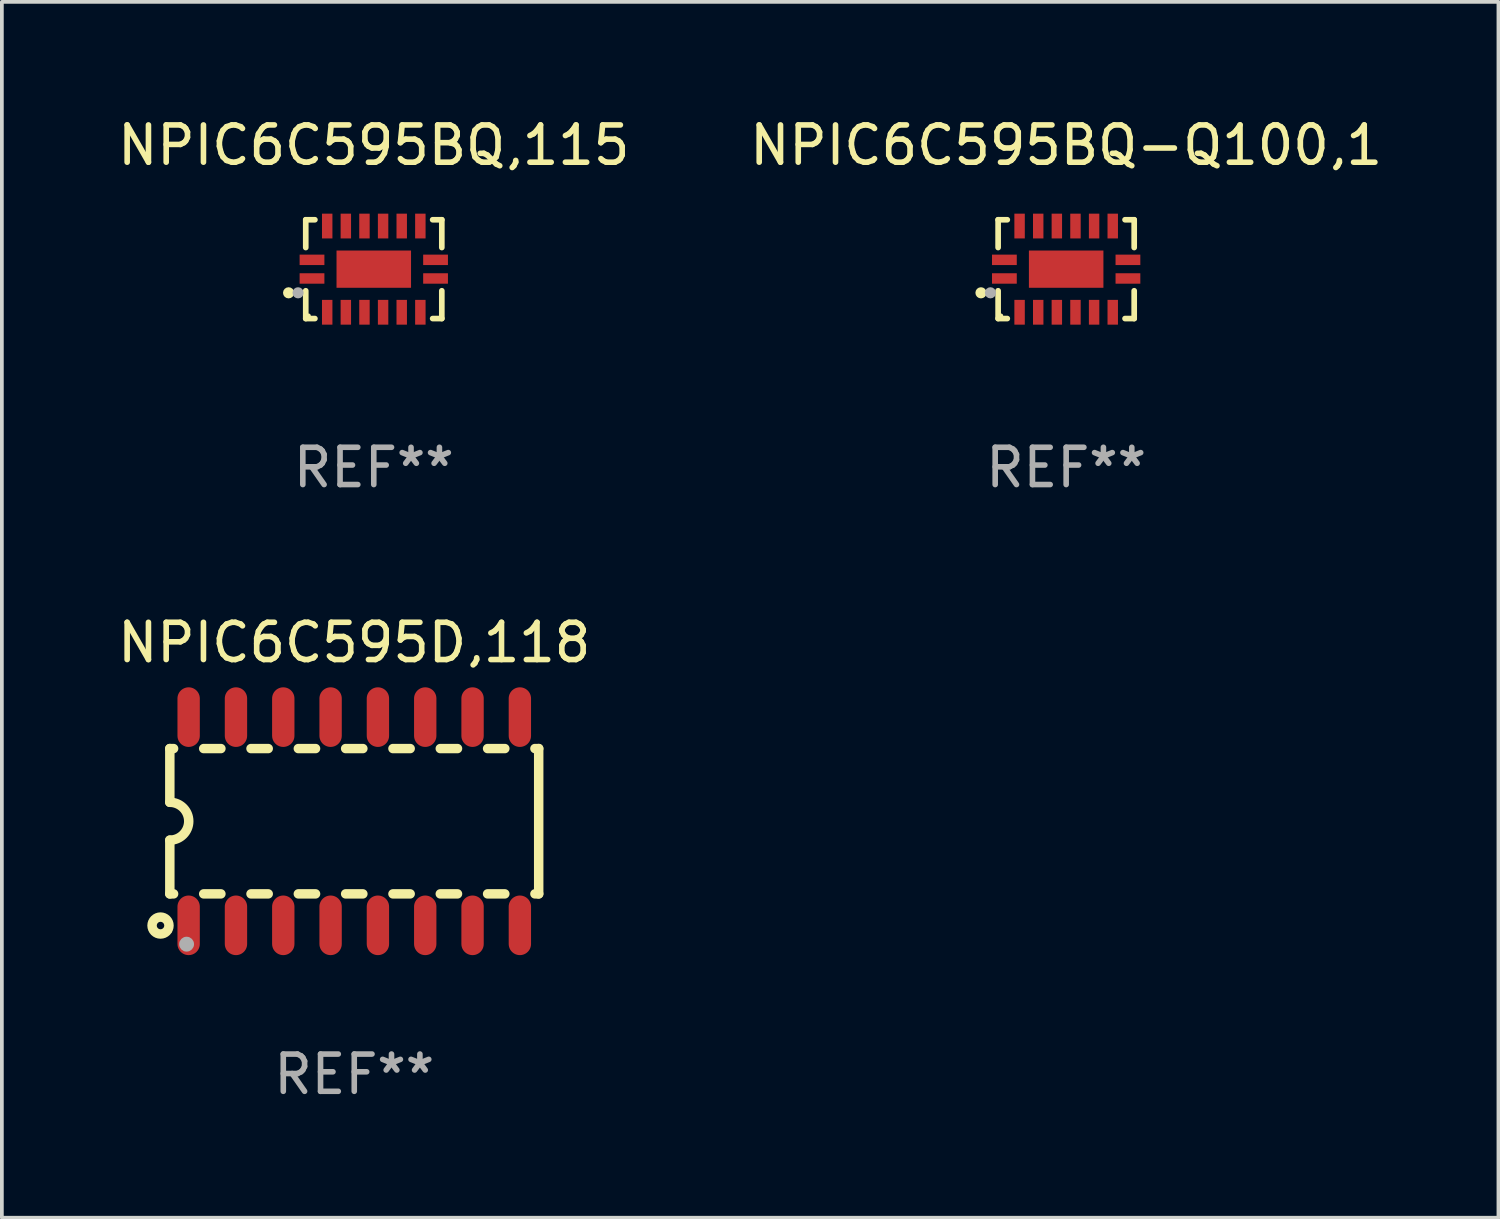
<source format=kicad_pcb>
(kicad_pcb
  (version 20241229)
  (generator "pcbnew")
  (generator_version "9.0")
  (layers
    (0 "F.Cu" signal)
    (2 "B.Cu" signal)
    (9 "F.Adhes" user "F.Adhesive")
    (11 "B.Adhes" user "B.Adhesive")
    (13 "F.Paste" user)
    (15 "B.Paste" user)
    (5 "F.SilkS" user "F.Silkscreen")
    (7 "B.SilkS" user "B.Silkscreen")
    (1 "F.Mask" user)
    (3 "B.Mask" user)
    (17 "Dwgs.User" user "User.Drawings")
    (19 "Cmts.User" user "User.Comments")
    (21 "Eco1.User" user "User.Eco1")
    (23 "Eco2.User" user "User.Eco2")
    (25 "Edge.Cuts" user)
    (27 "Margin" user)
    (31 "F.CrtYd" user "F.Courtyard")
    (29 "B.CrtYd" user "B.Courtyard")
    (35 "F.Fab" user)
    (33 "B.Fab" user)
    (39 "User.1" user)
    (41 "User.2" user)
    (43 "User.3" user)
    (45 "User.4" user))
  (footprint "NPIC6C595D,118"
    (layer "F.Cu")
    (at 6.458 18.991)
    (property "Reference" "NPIC6C595D,118" (at 0 -4.794 0) (layer "F.SilkS") (effects (font (size 1 1) (thickness 0.15))))
    (attr through_hole)
    (fp_line (start -4.95 -1.95) (end -4.95 -0.508) (stroke (width 0.254) (type solid)) (layer "F.SilkS"))
    (fp_line (start -4.95 -1.95) (end -4.849 -1.95) (stroke (width 0.254) (type solid)) (layer "F.SilkS"))
    (fp_line (start -4.95 1.95) (end -4.95 0.508) (stroke (width 0.254) (type solid)) (layer "F.SilkS"))
    (fp_line (start -4.95 1.95) (end -4.849 1.95) (stroke (width 0.254) (type solid)) (layer "F.SilkS"))
    (fp_line (start -4.041 -1.95) (end -3.579 -1.95) (stroke (width 0.254) (type solid)) (layer "F.SilkS"))
    (fp_line (start -4.041 1.95) (end -3.579 1.95) (stroke (width 0.254) (type solid)) (layer "F.SilkS"))
    (fp_line (start -2.771 -1.95) (end -2.309 -1.95) (stroke (width 0.254) (type solid)) (layer "F.SilkS"))
    (fp_line (start -2.771 1.95) (end -2.309 1.95) (stroke (width 0.254) (type solid)) (layer "F.SilkS"))
    (fp_line (start -1.501 -1.95) (end -1.039 -1.95) (stroke (width 0.254) (type solid)) (layer "F.SilkS"))
    (fp_line (start -1.501 1.95) (end -1.039 1.95) (stroke (width 0.254) (type solid)) (layer "F.SilkS"))
    (fp_line (start -0.231 -1.95) (end 0.231 -1.95) (stroke (width 0.254) (type solid)) (layer "F.SilkS"))
    (fp_line (start -0.231 1.95) (end 0.231 1.95) (stroke (width 0.254) (type solid)) (layer "F.SilkS"))
    (fp_line (start 1.039 -1.95) (end 1.501 -1.95) (stroke (width 0.254) (type solid)) (layer "F.SilkS"))
    (fp_line (start 1.039 1.95) (end 1.501 1.95) (stroke (width 0.254) (type solid)) (layer "F.SilkS"))
    (fp_line (start 2.309 -1.95) (end 2.771 -1.95) (stroke (width 0.254) (type solid)) (layer "F.SilkS"))
    (fp_line (start 2.309 1.95) (end 2.771 1.95) (stroke (width 0.254) (type solid)) (layer "F.SilkS"))
    (fp_line (start 3.579 -1.95) (end 4.041 -1.95) (stroke (width 0.254) (type solid)) (layer "F.SilkS"))
    (fp_line (start 3.579 1.95) (end 4.041 1.95) (stroke (width 0.254) (type solid)) (layer "F.SilkS"))
    (fp_line (start 4.849 -1.95) (end 4.95 -1.95) (stroke (width 0.254) (type solid)) (layer "F.SilkS"))
    (fp_line (start 4.849 1.95) (end 4.95 1.95) (stroke (width 0.254) (type solid)) (layer "F.SilkS"))
    (fp_line (start 4.95 -1.95) (end 4.95 1.95) (stroke (width 0.254) (type solid)) (layer "F.SilkS"))
    (fp_arc (start -4.95047 -0.508001) (mid -4.442469 -0.000228) (end -4.950013 0.508001) (stroke (width 0.254001) (type solid)) (layer "F.SilkS"))
    (fp_circle (center -5.2 2.8) (end -5.1 2.8) (stroke (width 0.254) (type solid)) (fill no) (layer "F.SilkS"))
    (fp_circle (center -4.95 2.947) (end -4.92 2.947) (stroke (width 0.06) (type solid)) (fill no) (layer "F.SilkS"))
    (fp_circle (center -4.5 3.3) (end -4.4 3.3) (stroke (width 0.2) (type solid)) (fill no) (layer "F.Fab"))
    (fp_text user "REF**" (at 0 6.794 0) (layer "F.Fab") (effects (font (size 1 1) (thickness 0.15))))
    (pad "1" smd oval (at -4.445 2.794) (size 0.6 1.6) (layers "F.Cu" "F.Mask" "F.Paste"))
    (pad "2" smd oval (at -3.175 2.794) (size 0.6 1.6) (layers "F.Cu" "F.Mask" "F.Paste"))
    (pad "3" smd oval (at -1.905 2.794) (size 0.6 1.6) (layers "F.Cu" "F.Mask" "F.Paste"))
    (pad "4" smd oval (at -0.635 2.794) (size 0.6 1.6) (layers "F.Cu" "F.Mask" "F.Paste"))
    (pad "5" smd oval (at 0.635 2.794) (size 0.6 1.6) (layers "F.Cu" "F.Mask" "F.Paste"))
    (pad "6" smd oval (at 1.905 2.794) (size 0.6 1.6) (layers "F.Cu" "F.Mask" "F.Paste"))
    (pad "7" smd oval (at 3.175 2.794) (size 0.6 1.6) (layers "F.Cu" "F.Mask" "F.Paste"))
    (pad "8" smd oval (at 4.445 2.794) (size 0.6 1.6) (layers "F.Cu" "F.Mask" "F.Paste"))
    (pad "9" smd oval (at 4.445 -2.794) (size 0.6 1.6) (layers "F.Cu" "F.Mask" "F.Paste"))
    (pad "10" smd oval (at 3.175 -2.794) (size 0.6 1.6) (layers "F.Cu" "F.Mask" "F.Paste"))
    (pad "11" smd oval (at 1.905 -2.794) (size 0.6 1.6) (layers "F.Cu" "F.Mask" "F.Paste"))
    (pad "12" smd oval (at 0.635 -2.794) (size 0.6 1.6) (layers "F.Cu" "F.Mask" "F.Paste"))
    (pad "13" smd oval (at -0.635 -2.794) (size 0.6 1.6) (layers "F.Cu" "F.Mask" "F.Paste"))
    (pad "14" smd oval (at -1.905 -2.794) (size 0.6 1.6) (layers "F.Cu" "F.Mask" "F.Paste"))
    (pad "15" smd oval (at -3.175 -2.794) (size 0.6 1.6) (layers "F.Cu" "F.Mask" "F.Paste"))
    (pad "16" smd oval (at -4.445 -2.794) (size 0.6 1.6) (layers "F.Cu" "F.Mask" "F.Paste")))
  (footprint "NPIC6C595BQ,115"
    (layer "F.Cu")
    (at 6.982 4.174)
    (property "Reference" "NPIC6C595BQ,115" (at 0 -3.326 0) (layer "F.SilkS") (effects (font (size 1 1) (thickness 0.15))))
    (attr through_hole)
    (fp_line (start -1.826 -1.326) (end -1.58 -1.326) (stroke (width 0.152) (type solid)) (layer "F.SilkS"))
    (fp_line (start -1.826 -0.58) (end -1.826 -1.326) (stroke (width 0.152) (type solid)) (layer "F.SilkS"))
    (fp_line (start -1.826 0.58) (end -1.826 1.326) (stroke (width 0.152) (type solid)) (layer "F.SilkS"))
    (fp_line (start -1.826 1.326) (end -1.58 1.326) (stroke (width 0.152) (type solid)) (layer "F.SilkS"))
    (fp_line (start 1.826 -1.326) (end 1.58 -1.326) (stroke (width 0.152) (type solid)) (layer "F.SilkS"))
    (fp_line (start 1.826 -0.58) (end 1.826 -1.326) (stroke (width 0.152) (type solid)) (layer "F.SilkS"))
    (fp_line (start 1.826 0.58) (end 1.826 1.326) (stroke (width 0.152) (type solid)) (layer "F.SilkS"))
    (fp_line (start 1.826 1.326) (end 1.58 1.326) (stroke (width 0.152) (type solid)) (layer "F.SilkS"))
    (fp_circle (center -2.286 0.635) (end -2.211 0.635) (stroke (width 0.15) (type solid)) (fill no) (layer "F.SilkS"))
    (fp_circle (center -1.75 1.25) (end -1.72 1.25) (stroke (width 0.06) (type solid)) (fill no) (layer "F.SilkS"))
    (fp_circle (center -2.032 0.635) (end -1.957 0.635) (stroke (width 0.15) (type solid)) (fill no) (layer "F.Fab"))
    (fp_text user "REF**" (at 0 5.326 0) (layer "F.Fab") (effects (font (size 1 1) (thickness 0.15))))
    (pad "1" smd rect (at -1.658 0.25) (size 0.665 0.28) (layers "F.Cu" "F.Mask" "F.Paste"))
    (pad "2" smd rect (at -1.25 1.157) (size 0.28 0.665) (layers "F.Cu" "F.Mask" "F.Paste"))
    (pad "3" smd rect (at -0.75 1.157) (size 0.28 0.665) (layers "F.Cu" "F.Mask" "F.Paste"))
    (pad "4" smd rect (at -0.25 1.157) (size 0.28 0.665) (layers "F.Cu" "F.Mask" "F.Paste"))
    (pad "5" smd rect (at 0.25 1.157) (size 0.28 0.665) (layers "F.Cu" "F.Mask" "F.Paste"))
    (pad "6" smd rect (at 0.75 1.157) (size 0.28 0.665) (layers "F.Cu" "F.Mask" "F.Paste"))
    (pad "7" smd rect (at 1.25 1.157) (size 0.28 0.665) (layers "F.Cu" "F.Mask" "F.Paste"))
    (pad "8" smd rect (at 1.658 0.25) (size 0.665 0.28) (layers "F.Cu" "F.Mask" "F.Paste"))
    (pad "9" smd rect (at 1.658 -0.25) (size 0.665 0.28) (layers "F.Cu" "F.Mask" "F.Paste"))
    (pad "10" smd rect (at 1.25 -1.157) (size 0.28 0.665) (layers "F.Cu" "F.Mask" "F.Paste"))
    (pad "11" smd rect (at 0.75 -1.157) (size 0.28 0.665) (layers "F.Cu" "F.Mask" "F.Paste"))
    (pad "12" smd rect (at 0.25 -1.157) (size 0.28 0.665) (layers "F.Cu" "F.Mask" "F.Paste"))
    (pad "13" smd rect (at -0.25 -1.157) (size 0.28 0.665) (layers "F.Cu" "F.Mask" "F.Paste"))
    (pad "14" smd rect (at -0.75 -1.157) (size 0.28 0.665) (layers "F.Cu" "F.Mask" "F.Paste"))
    (pad "15" smd rect (at -1.25 -1.157) (size 0.28 0.665) (layers "F.Cu" "F.Mask" "F.Paste"))
    (pad "16" smd rect (at -1.658 -0.25) (size 0.665 0.28) (layers "F.Cu" "F.Mask" "F.Paste"))
    (pad "17" smd rect (at 0 0) (size 2 1) (layers "F.Cu" "F.Mask" "F.Paste")))
  (footprint "NPIC6C595BQ-Q100,1"
    (layer "F.Cu")
    (at 25.565 4.174)
    (property "Reference" "NPIC6C595BQ-Q100,1" (at 0 -3.326 0) (layer "F.SilkS") (effects (font (size 1 1) (thickness 0.15))))
    (attr through_hole)
    (fp_line (start -1.826 -1.326) (end -1.58 -1.326) (stroke (width 0.152) (type solid)) (layer "F.SilkS"))
    (fp_line (start -1.826 -0.58) (end -1.826 -1.326) (stroke (width 0.152) (type solid)) (layer "F.SilkS"))
    (fp_line (start -1.826 0.58) (end -1.826 1.326) (stroke (width 0.152) (type solid)) (layer "F.SilkS"))
    (fp_line (start -1.826 1.326) (end -1.58 1.326) (stroke (width 0.152) (type solid)) (layer "F.SilkS"))
    (fp_line (start 1.826 -1.326) (end 1.58 -1.326) (stroke (width 0.152) (type solid)) (layer "F.SilkS"))
    (fp_line (start 1.826 -0.58) (end 1.826 -1.326) (stroke (width 0.152) (type solid)) (layer "F.SilkS"))
    (fp_line (start 1.826 0.58) (end 1.826 1.326) (stroke (width 0.152) (type solid)) (layer "F.SilkS"))
    (fp_line (start 1.826 1.326) (end 1.58 1.326) (stroke (width 0.152) (type solid)) (layer "F.SilkS"))
    (fp_circle (center -2.286 0.635) (end -2.211 0.635) (stroke (width 0.15) (type solid)) (fill no) (layer "F.SilkS"))
    (fp_circle (center -1.75 1.25) (end -1.72 1.25) (stroke (width 0.06) (type solid)) (fill no) (layer "F.SilkS"))
    (fp_circle (center -2.032 0.635) (end -1.957 0.635) (stroke (width 0.15) (type solid)) (fill no) (layer "F.Fab"))
    (fp_text user "REF**" (at 0 5.326 0) (layer "F.Fab") (effects (font (size 1 1) (thickness 0.15))))
    (pad "1" smd rect (at -1.658 0.25) (size 0.665 0.28) (layers "F.Cu" "F.Mask" "F.Paste"))
    (pad "2" smd rect (at -1.25 1.157) (size 0.28 0.665) (layers "F.Cu" "F.Mask" "F.Paste"))
    (pad "3" smd rect (at -0.75 1.157) (size 0.28 0.665) (layers "F.Cu" "F.Mask" "F.Paste"))
    (pad "4" smd rect (at -0.25 1.157) (size 0.28 0.665) (layers "F.Cu" "F.Mask" "F.Paste"))
    (pad "5" smd rect (at 0.25 1.157) (size 0.28 0.665) (layers "F.Cu" "F.Mask" "F.Paste"))
    (pad "6" smd rect (at 0.75 1.157) (size 0.28 0.665) (layers "F.Cu" "F.Mask" "F.Paste"))
    (pad "7" smd rect (at 1.25 1.157) (size 0.28 0.665) (layers "F.Cu" "F.Mask" "F.Paste"))
    (pad "8" smd rect (at 1.658 0.25) (size 0.665 0.28) (layers "F.Cu" "F.Mask" "F.Paste"))
    (pad "9" smd rect (at 1.658 -0.25) (size 0.665 0.28) (layers "F.Cu" "F.Mask" "F.Paste"))
    (pad "10" smd rect (at 1.25 -1.157) (size 0.28 0.665) (layers "F.Cu" "F.Mask" "F.Paste"))
    (pad "11" smd rect (at 0.75 -1.157) (size 0.28 0.665) (layers "F.Cu" "F.Mask" "F.Paste"))
    (pad "12" smd rect (at 0.25 -1.157) (size 0.28 0.665) (layers "F.Cu" "F.Mask" "F.Paste"))
    (pad "13" smd rect (at -0.25 -1.157) (size 0.28 0.665) (layers "F.Cu" "F.Mask" "F.Paste"))
    (pad "14" smd rect (at -0.75 -1.157) (size 0.28 0.665) (layers "F.Cu" "F.Mask" "F.Paste"))
    (pad "15" smd rect (at -1.25 -1.157) (size 0.28 0.665) (layers "F.Cu" "F.Mask" "F.Paste"))
    (pad "16" smd rect (at -1.658 -0.25) (size 0.665 0.28) (layers "F.Cu" "F.Mask" "F.Paste"))
    (pad "17" smd rect (at 0 0) (size 2 1) (layers "F.Cu" "F.Mask" "F.Paste")))
  (gr_rect
    (start -3 -3)
    (end 37.167 29.633)
    (stroke (width 0.1) (type default))
    (fill no)
    (layer "Edge.Cuts")))
</source>
